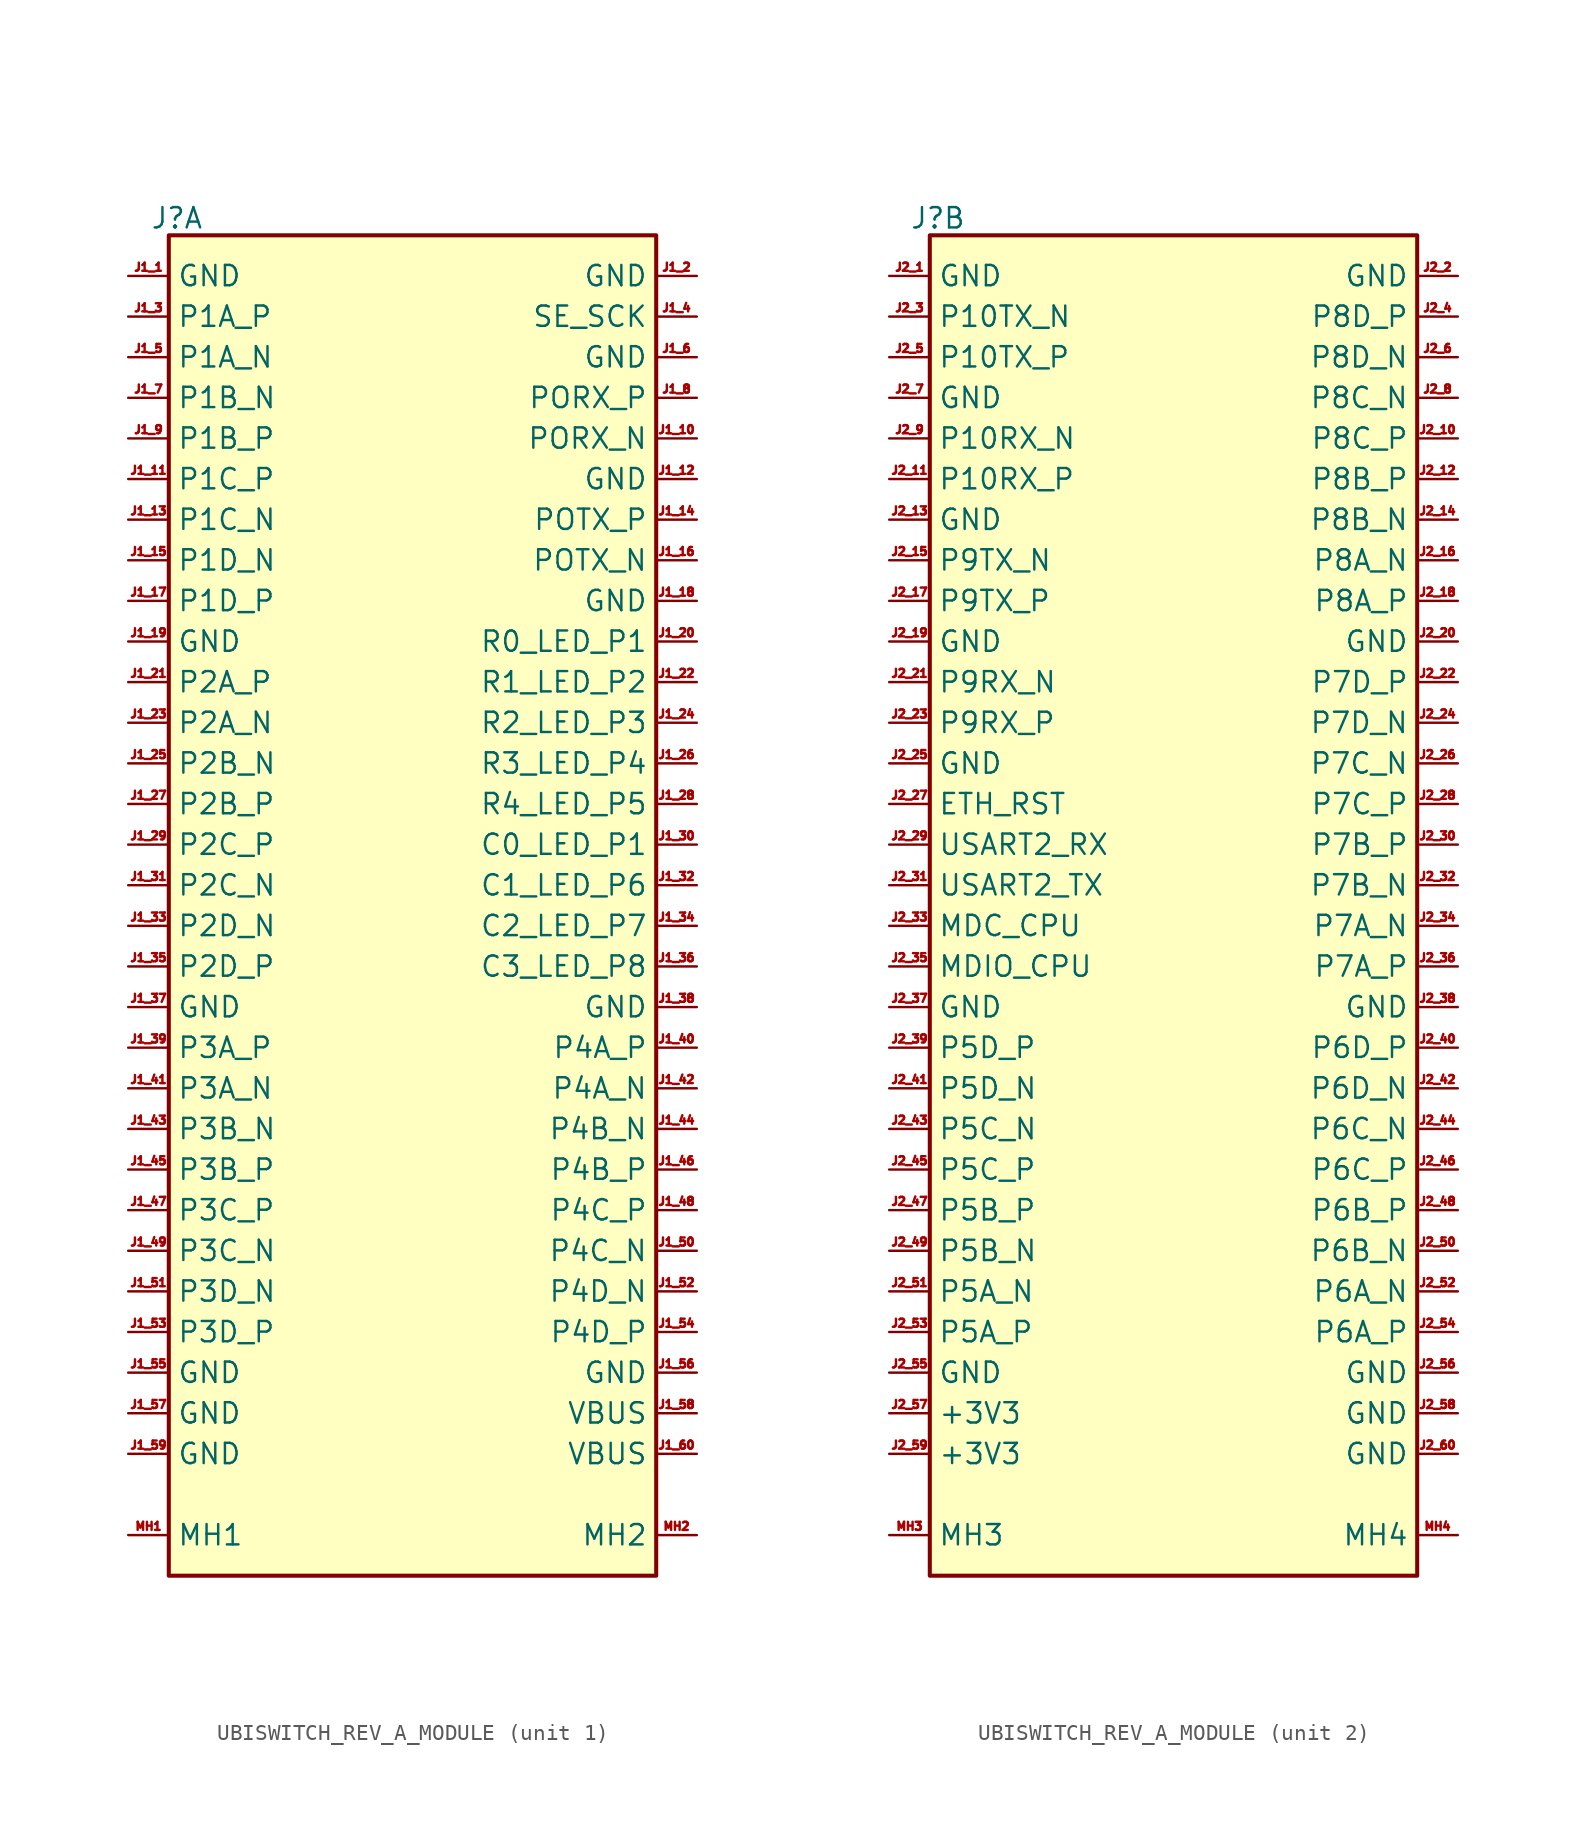
<source format=kicad_sym>
(kicad_symbol_lib
  (version 20220914)
  (generator kicad_symbol_editor)
  (symbol "UBISWITCH_REV_A_MODULE"
    (property "Reference" "J"
      (at 0.509 84.895 0)
      (effects (font (size 1.27 1.27))))
    (property "Value" ""
      (at 0 0 0)
      (effects (font (size 1.27 1.27))))
    (property "ki_locked" ""
      (at 0 0 0)
      (effects (font (size 1.27 1.27))))
    (symbol "UBISWITCH_REV_A_MODULE_0_1"
      (rectangle (start 0 83.82) (end 30.48 0) (stroke (width 0.254) (type default)) (fill (type background))))
    (symbol "UBISWITCH_REV_A_MODULE_1_1"
      (pin power_in line (at -2.54 81.28 0) (length 2.54) (name "GND" (effects (font (size 1.27 1.27)))) (number "J1_1" (effects (font (size 0.508 0.508)))))
      (pin passive line (at 33.02 71.12 180) (length 2.54) (name "PORX_N" (effects (font (size 1.27 1.27)))) (number "J1_10" (effects (font (size 0.508 0.508)))))
      (pin passive line (at -2.54 68.58 0) (length 2.54) (name "P1C_P" (effects (font (size 1.27 1.27)))) (number "J1_11" (effects (font (size 0.508 0.508)))))
      (pin power_in line (at 33.02 68.58 180) (length 2.54) (name "GND" (effects (font (size 1.27 1.27)))) (number "J1_12" (effects (font (size 0.508 0.508)))))
      (pin passive line (at -2.54 66.04 0) (length 2.54) (name "P1C_N" (effects (font (size 1.27 1.27)))) (number "J1_13" (effects (font (size 0.508 0.508)))))
      (pin passive line (at 33.02 66.04 180) (length 2.54) (name "POTX_P" (effects (font (size 1.27 1.27)))) (number "J1_14" (effects (font (size 0.508 0.508)))))
      (pin passive line (at -2.54 63.5 0) (length 2.54) (name "P1D_N" (effects (font (size 1.27 1.27)))) (number "J1_15" (effects (font (size 0.508 0.508)))))
      (pin passive line (at 33.02 63.5 180) (length 2.54) (name "POTX_N" (effects (font (size 1.27 1.27)))) (number "J1_16" (effects (font (size 0.508 0.508)))))
      (pin passive line (at -2.54 60.96 0) (length 2.54) (name "P1D_P" (effects (font (size 1.27 1.27)))) (number "J1_17" (effects (font (size 0.508 0.508)))))
      (pin power_in line (at 33.02 60.96 180) (length 2.54) (name "GND" (effects (font (size 1.27 1.27)))) (number "J1_18" (effects (font (size 0.508 0.508)))))
      (pin power_in line (at -2.54 58.42 0) (length 2.54) (name "GND" (effects (font (size 1.27 1.27)))) (number "J1_19" (effects (font (size 0.508 0.508)))))
      (pin power_in line (at 33.02 81.28 180) (length 2.54) (name "GND" (effects (font (size 1.27 1.27)))) (number "J1_2" (effects (font (size 0.508 0.508)))))
      (pin passive line (at 33.02 58.42 180) (length 2.54) (name "R0_LED_P1" (effects (font (size 1.27 1.27)))) (number "J1_20" (effects (font (size 0.508 0.508)))))
      (pin passive line (at -2.54 55.88 0) (length 2.54) (name "P2A_P" (effects (font (size 1.27 1.27)))) (number "J1_21" (effects (font (size 0.508 0.508)))))
      (pin passive line (at 33.02 55.88 180) (length 2.54) (name "R1_LED_P2" (effects (font (size 1.27 1.27)))) (number "J1_22" (effects (font (size 0.508 0.508)))))
      (pin passive line (at -2.54 53.34 0) (length 2.54) (name "P2A_N" (effects (font (size 1.27 1.27)))) (number "J1_23" (effects (font (size 0.508 0.508)))))
      (pin passive line (at 33.02 53.34 180) (length 2.54) (name "R2_LED_P3" (effects (font (size 1.27 1.27)))) (number "J1_24" (effects (font (size 0.508 0.508)))))
      (pin passive line (at -2.54 50.8 0) (length 2.54) (name "P2B_N" (effects (font (size 1.27 1.27)))) (number "J1_25" (effects (font (size 0.508 0.508)))))
      (pin passive line (at 33.02 50.8 180) (length 2.54) (name "R3_LED_P4" (effects (font (size 1.27 1.27)))) (number "J1_26" (effects (font (size 0.508 0.508)))))
      (pin passive line (at -2.54 48.26 0) (length 2.54) (name "P2B_P" (effects (font (size 1.27 1.27)))) (number "J1_27" (effects (font (size 0.508 0.508)))))
      (pin passive line (at 33.02 48.26 180) (length 2.54) (name "R4_LED_P5" (effects (font (size 1.27 1.27)))) (number "J1_28" (effects (font (size 0.508 0.508)))))
      (pin passive line (at -2.54 45.72 0) (length 2.54) (name "P2C_P" (effects (font (size 1.27 1.27)))) (number "J1_29" (effects (font (size 0.508 0.508)))))
      (pin passive line (at -2.54 78.74 0) (length 2.54) (name "P1A_P" (effects (font (size 1.27 1.27)))) (number "J1_3" (effects (font (size 0.508 0.508)))))
      (pin passive line (at 33.02 45.72 180) (length 2.54) (name "C0_LED_P1" (effects (font (size 1.27 1.27)))) (number "J1_30" (effects (font (size 0.508 0.508)))))
      (pin passive line (at -2.54 43.18 0) (length 2.54) (name "P2C_N" (effects (font (size 1.27 1.27)))) (number "J1_31" (effects (font (size 0.508 0.508)))))
      (pin passive line (at 33.02 43.18 180) (length 2.54) (name "C1_LED_P6" (effects (font (size 1.27 1.27)))) (number "J1_32" (effects (font (size 0.508 0.508)))))
      (pin passive line (at -2.54 40.64 0) (length 2.54) (name "P2D_N" (effects (font (size 1.27 1.27)))) (number "J1_33" (effects (font (size 0.508 0.508)))))
      (pin passive line (at 33.02 40.64 180) (length 2.54) (name "C2_LED_P7" (effects (font (size 1.27 1.27)))) (number "J1_34" (effects (font (size 0.508 0.508)))))
      (pin passive line (at -2.54 38.1 0) (length 2.54) (name "P2D_P" (effects (font (size 1.27 1.27)))) (number "J1_35" (effects (font (size 0.508 0.508)))))
      (pin passive line (at 33.02 38.1 180) (length 2.54) (name "C3_LED_P8" (effects (font (size 1.27 1.27)))) (number "J1_36" (effects (font (size 0.508 0.508)))))
      (pin power_in line (at -2.54 35.56 0) (length 2.54) (name "GND" (effects (font (size 1.27 1.27)))) (number "J1_37" (effects (font (size 0.508 0.508)))))
      (pin power_in line (at 33.02 35.56 180) (length 2.54) (name "GND" (effects (font (size 1.27 1.27)))) (number "J1_38" (effects (font (size 0.508 0.508)))))
      (pin passive line (at -2.54 33.02 0) (length 2.54) (name "P3A_P" (effects (font (size 1.27 1.27)))) (number "J1_39" (effects (font (size 0.508 0.508)))))
      (pin passive line (at 33.02 78.74 180) (length 2.54) (name "SE_SCK" (effects (font (size 1.27 1.27)))) (number "J1_4" (effects (font (size 0.508 0.508)))))
      (pin passive line (at 33.02 33.02 180) (length 2.54) (name "P4A_P" (effects (font (size 1.27 1.27)))) (number "J1_40" (effects (font (size 0.508 0.508)))))
      (pin passive line (at -2.54 30.48 0) (length 2.54) (name "P3A_N" (effects (font (size 1.27 1.27)))) (number "J1_41" (effects (font (size 0.508 0.508)))))
      (pin passive line (at 33.02 30.48 180) (length 2.54) (name "P4A_N" (effects (font (size 1.27 1.27)))) (number "J1_42" (effects (font (size 0.508 0.508)))))
      (pin passive line (at -2.54 27.94 0) (length 2.54) (name "P3B_N" (effects (font (size 1.27 1.27)))) (number "J1_43" (effects (font (size 0.508 0.508)))))
      (pin passive line (at 33.02 27.94 180) (length 2.54) (name "P4B_N" (effects (font (size 1.27 1.27)))) (number "J1_44" (effects (font (size 0.508 0.508)))))
      (pin passive line (at -2.54 25.4 0) (length 2.54) (name "P3B_P" (effects (font (size 1.27 1.27)))) (number "J1_45" (effects (font (size 0.508 0.508)))))
      (pin passive line (at 33.02 25.4 180) (length 2.54) (name "P4B_P" (effects (font (size 1.27 1.27)))) (number "J1_46" (effects (font (size 0.508 0.508)))))
      (pin passive line (at -2.54 22.86 0) (length 2.54) (name "P3C_P" (effects (font (size 1.27 1.27)))) (number "J1_47" (effects (font (size 0.508 0.508)))))
      (pin passive line (at 33.02 22.86 180) (length 2.54) (name "P4C_P" (effects (font (size 1.27 1.27)))) (number "J1_48" (effects (font (size 0.508 0.508)))))
      (pin passive line (at -2.54 20.32 0) (length 2.54) (name "P3C_N" (effects (font (size 1.27 1.27)))) (number "J1_49" (effects (font (size 0.508 0.508)))))
      (pin passive line (at -2.54 76.2 0) (length 2.54) (name "P1A_N" (effects (font (size 1.27 1.27)))) (number "J1_5" (effects (font (size 0.508 0.508)))))
      (pin passive line (at 33.02 20.32 180) (length 2.54) (name "P4C_N" (effects (font (size 1.27 1.27)))) (number "J1_50" (effects (font (size 0.508 0.508)))))
      (pin passive line (at -2.54 17.78 0) (length 2.54) (name "P3D_N" (effects (font (size 1.27 1.27)))) (number "J1_51" (effects (font (size 0.508 0.508)))))
      (pin passive line (at 33.02 17.78 180) (length 2.54) (name "P4D_N" (effects (font (size 1.27 1.27)))) (number "J1_52" (effects (font (size 0.508 0.508)))))
      (pin passive line (at -2.54 15.24 0) (length 2.54) (name "P3D_P" (effects (font (size 1.27 1.27)))) (number "J1_53" (effects (font (size 0.508 0.508)))))
      (pin passive line (at 33.02 15.24 180) (length 2.54) (name "P4D_P" (effects (font (size 1.27 1.27)))) (number "J1_54" (effects (font (size 0.508 0.508)))))
      (pin power_in line (at -2.54 12.7 0) (length 2.54) (name "GND" (effects (font (size 1.27 1.27)))) (number "J1_55" (effects (font (size 0.508 0.508)))))
      (pin power_in line (at 33.02 12.7 180) (length 2.54) (name "GND" (effects (font (size 1.27 1.27)))) (number "J1_56" (effects (font (size 0.508 0.508)))))
      (pin power_in line (at -2.54 10.16 0) (length 2.54) (name "GND" (effects (font (size 1.27 1.27)))) (number "J1_57" (effects (font (size 0.508 0.508)))))
      (pin power_in line (at 33.02 10.16 180) (length 2.54) (name "VBUS" (effects (font (size 1.27 1.27)))) (number "J1_58" (effects (font (size 0.508 0.508)))))
      (pin power_in line (at -2.54 7.62 0) (length 2.54) (name "GND" (effects (font (size 1.27 1.27)))) (number "J1_59" (effects (font (size 0.508 0.508)))))
      (pin power_in line (at 33.02 76.2 180) (length 2.54) (name "GND" (effects (font (size 1.27 1.27)))) (number "J1_6" (effects (font (size 0.508 0.508)))))
      (pin power_in line (at 33.02 7.62 180) (length 2.54) (name "VBUS" (effects (font (size 1.27 1.27)))) (number "J1_60" (effects (font (size 0.508 0.508)))))
      (pin passive line (at -2.54 73.66 0) (length 2.54) (name "P1B_N" (effects (font (size 1.27 1.27)))) (number "J1_7" (effects (font (size 0.508 0.508)))))
      (pin passive line (at 33.02 73.66 180) (length 2.54) (name "PORX_P" (effects (font (size 1.27 1.27)))) (number "J1_8" (effects (font (size 0.508 0.508)))))
      (pin passive line (at -2.54 71.12 0) (length 2.54) (name "P1B_P" (effects (font (size 1.27 1.27)))) (number "J1_9" (effects (font (size 0.508 0.508)))))
      (pin input line (at -2.54 2.54 0) (length 2.54) (name "MH1" (effects (font (size 1.27 1.27)))) (number "MH1" (effects (font (size 0.508 0.508)))))
      (pin input line (at 33.02 2.54 180) (length 2.54) (name "MH2" (effects (font (size 1.27 1.27)))) (number "MH2" (effects (font (size 0.508 0.508))))))
    (symbol "UBISWITCH_REV_A_MODULE_2_1"
      (pin power_in line (at -2.54 81.28 0) (length 2.54) (name "GND" (effects (font (size 1.27 1.27)))) (number "J2_1" (effects (font (size 0.508 0.508)))))
      (pin passive line (at 33.02 71.12 180) (length 2.54) (name "P8C_P" (effects (font (size 1.27 1.27)))) (number "J2_10" (effects (font (size 0.508 0.508)))))
      (pin passive line (at -2.54 68.58 0) (length 2.54) (name "P10RX_P" (effects (font (size 1.27 1.27)))) (number "J2_11" (effects (font (size 0.508 0.508)))))
      (pin passive line (at 33.02 68.58 180) (length 2.54) (name "P8B_P" (effects (font (size 1.27 1.27)))) (number "J2_12" (effects (font (size 0.508 0.508)))))
      (pin power_in line (at -2.54 66.04 0) (length 2.54) (name "GND" (effects (font (size 1.27 1.27)))) (number "J2_13" (effects (font (size 0.508 0.508)))))
      (pin passive line (at 33.02 66.04 180) (length 2.54) (name "P8B_N" (effects (font (size 1.27 1.27)))) (number "J2_14" (effects (font (size 0.508 0.508)))))
      (pin passive line (at -2.54 63.5 0) (length 2.54) (name "P9TX_N" (effects (font (size 1.27 1.27)))) (number "J2_15" (effects (font (size 0.508 0.508)))))
      (pin passive line (at 33.02 63.5 180) (length 2.54) (name "P8A_N" (effects (font (size 1.27 1.27)))) (number "J2_16" (effects (font (size 0.508 0.508)))))
      (pin passive line (at -2.54 60.96 0) (length 2.54) (name "P9TX_P" (effects (font (size 1.27 1.27)))) (number "J2_17" (effects (font (size 0.508 0.508)))))
      (pin passive line (at 33.02 60.96 180) (length 2.54) (name "P8A_P" (effects (font (size 1.27 1.27)))) (number "J2_18" (effects (font (size 0.508 0.508)))))
      (pin power_in line (at -2.54 58.42 0) (length 2.54) (name "GND" (effects (font (size 1.27 1.27)))) (number "J2_19" (effects (font (size 0.508 0.508)))))
      (pin power_in line (at 33.02 81.28 180) (length 2.54) (name "GND" (effects (font (size 1.27 1.27)))) (number "J2_2" (effects (font (size 0.508 0.508)))))
      (pin power_in line (at 33.02 58.42 180) (length 2.54) (name "GND" (effects (font (size 1.27 1.27)))) (number "J2_20" (effects (font (size 0.508 0.508)))))
      (pin passive line (at -2.54 55.88 0) (length 2.54) (name "P9RX_N" (effects (font (size 1.27 1.27)))) (number "J2_21" (effects (font (size 0.508 0.508)))))
      (pin passive line (at 33.02 55.88 180) (length 2.54) (name "P7D_P" (effects (font (size 1.27 1.27)))) (number "J2_22" (effects (font (size 0.508 0.508)))))
      (pin passive line (at -2.54 53.34 0) (length 2.54) (name "P9RX_P" (effects (font (size 1.27 1.27)))) (number "J2_23" (effects (font (size 0.508 0.508)))))
      (pin passive line (at 33.02 53.34 180) (length 2.54) (name "P7D_N" (effects (font (size 1.27 1.27)))) (number "J2_24" (effects (font (size 0.508 0.508)))))
      (pin power_in line (at -2.54 50.8 0) (length 2.54) (name "GND" (effects (font (size 1.27 1.27)))) (number "J2_25" (effects (font (size 0.508 0.508)))))
      (pin passive line (at 33.02 50.8 180) (length 2.54) (name "P7C_N" (effects (font (size 1.27 1.27)))) (number "J2_26" (effects (font (size 0.508 0.508)))))
      (pin passive line (at -2.54 48.26 0) (length 2.54) (name "ETH_RST" (effects (font (size 1.27 1.27)))) (number "J2_27" (effects (font (size 0.508 0.508)))))
      (pin passive line (at 33.02 48.26 180) (length 2.54) (name "P7C_P" (effects (font (size 1.27 1.27)))) (number "J2_28" (effects (font (size 0.508 0.508)))))
      (pin passive line (at -2.54 45.72 0) (length 2.54) (name "USART2_RX" (effects (font (size 1.27 1.27)))) (number "J2_29" (effects (font (size 0.508 0.508)))))
      (pin passive line (at -2.54 78.74 0) (length 2.54) (name "P10TX_N" (effects (font (size 1.27 1.27)))) (number "J2_3" (effects (font (size 0.508 0.508)))))
      (pin passive line (at 33.02 45.72 180) (length 2.54) (name "P7B_P" (effects (font (size 1.27 1.27)))) (number "J2_30" (effects (font (size 0.508 0.508)))))
      (pin passive line (at -2.54 43.18 0) (length 2.54) (name "USART2_TX" (effects (font (size 1.27 1.27)))) (number "J2_31" (effects (font (size 0.508 0.508)))))
      (pin passive line (at 33.02 43.18 180) (length 2.54) (name "P7B_N" (effects (font (size 1.27 1.27)))) (number "J2_32" (effects (font (size 0.508 0.508)))))
      (pin passive line (at -2.54 40.64 0) (length 2.54) (name "MDC_CPU" (effects (font (size 1.27 1.27)))) (number "J2_33" (effects (font (size 0.508 0.508)))))
      (pin passive line (at 33.02 40.64 180) (length 2.54) (name "P7A_N" (effects (font (size 1.27 1.27)))) (number "J2_34" (effects (font (size 0.508 0.508)))))
      (pin passive line (at -2.54 38.1 0) (length 2.54) (name "MDIO_CPU" (effects (font (size 1.27 1.27)))) (number "J2_35" (effects (font (size 0.508 0.508)))))
      (pin passive line (at 33.02 38.1 180) (length 2.54) (name "P7A_P" (effects (font (size 1.27 1.27)))) (number "J2_36" (effects (font (size 0.508 0.508)))))
      (pin power_in line (at -2.54 35.56 0) (length 2.54) (name "GND" (effects (font (size 1.27 1.27)))) (number "J2_37" (effects (font (size 0.508 0.508)))))
      (pin power_in line (at 33.02 35.56 180) (length 2.54) (name "GND" (effects (font (size 1.27 1.27)))) (number "J2_38" (effects (font (size 0.508 0.508)))))
      (pin passive line (at -2.54 33.02 0) (length 2.54) (name "P5D_P" (effects (font (size 1.27 1.27)))) (number "J2_39" (effects (font (size 0.508 0.508)))))
      (pin passive line (at 33.02 78.74 180) (length 2.54) (name "P8D_P" (effects (font (size 1.27 1.27)))) (number "J2_4" (effects (font (size 0.508 0.508)))))
      (pin passive line (at 33.02 33.02 180) (length 2.54) (name "P6D_P" (effects (font (size 1.27 1.27)))) (number "J2_40" (effects (font (size 0.508 0.508)))))
      (pin passive line (at -2.54 30.48 0) (length 2.54) (name "P5D_N" (effects (font (size 1.27 1.27)))) (number "J2_41" (effects (font (size 0.508 0.508)))))
      (pin passive line (at 33.02 30.48 180) (length 2.54) (name "P6D_N" (effects (font (size 1.27 1.27)))) (number "J2_42" (effects (font (size 0.508 0.508)))))
      (pin passive line (at -2.54 27.94 0) (length 2.54) (name "P5C_N" (effects (font (size 1.27 1.27)))) (number "J2_43" (effects (font (size 0.508 0.508)))))
      (pin passive line (at 33.02 27.94 180) (length 2.54) (name "P6C_N" (effects (font (size 1.27 1.27)))) (number "J2_44" (effects (font (size 0.508 0.508)))))
      (pin passive line (at -2.54 25.4 0) (length 2.54) (name "P5C_P" (effects (font (size 1.27 1.27)))) (number "J2_45" (effects (font (size 0.508 0.508)))))
      (pin passive line (at 33.02 25.4 180) (length 2.54) (name "P6C_P" (effects (font (size 1.27 1.27)))) (number "J2_46" (effects (font (size 0.508 0.508)))))
      (pin passive line (at -2.54 22.86 0) (length 2.54) (name "P5B_P" (effects (font (size 1.27 1.27)))) (number "J2_47" (effects (font (size 0.508 0.508)))))
      (pin passive line (at 33.02 22.86 180) (length 2.54) (name "P6B_P" (effects (font (size 1.27 1.27)))) (number "J2_48" (effects (font (size 0.508 0.508)))))
      (pin passive line (at -2.54 20.32 0) (length 2.54) (name "P5B_N" (effects (font (size 1.27 1.27)))) (number "J2_49" (effects (font (size 0.508 0.508)))))
      (pin passive line (at -2.54 76.2 0) (length 2.54) (name "P10TX_P" (effects (font (size 1.27 1.27)))) (number "J2_5" (effects (font (size 0.508 0.508)))))
      (pin passive line (at 33.02 20.32 180) (length 2.54) (name "P6B_N" (effects (font (size 1.27 1.27)))) (number "J2_50" (effects (font (size 0.508 0.508)))))
      (pin passive line (at -2.54 17.78 0) (length 2.54) (name "P5A_N" (effects (font (size 1.27 1.27)))) (number "J2_51" (effects (font (size 0.508 0.508)))))
      (pin passive line (at 33.02 17.78 180) (length 2.54) (name "P6A_N" (effects (font (size 1.27 1.27)))) (number "J2_52" (effects (font (size 0.508 0.508)))))
      (pin passive line (at -2.54 15.24 0) (length 2.54) (name "P5A_P" (effects (font (size 1.27 1.27)))) (number "J2_53" (effects (font (size 0.508 0.508)))))
      (pin passive line (at 33.02 15.24 180) (length 2.54) (name "P6A_P" (effects (font (size 1.27 1.27)))) (number "J2_54" (effects (font (size 0.508 0.508)))))
      (pin power_in line (at -2.54 12.7 0) (length 2.54) (name "GND" (effects (font (size 1.27 1.27)))) (number "J2_55" (effects (font (size 0.508 0.508)))))
      (pin power_in line (at 33.02 12.7 180) (length 2.54) (name "GND" (effects (font (size 1.27 1.27)))) (number "J2_56" (effects (font (size 0.508 0.508)))))
      (pin power_in line (at -2.54 10.16 0) (length 2.54) (name "+3V3" (effects (font (size 1.27 1.27)))) (number "J2_57" (effects (font (size 0.508 0.508)))))
      (pin power_in line (at 33.02 10.16 180) (length 2.54) (name "GND" (effects (font (size 1.27 1.27)))) (number "J2_58" (effects (font (size 0.508 0.508)))))
      (pin power_in line (at -2.54 7.62 0) (length 2.54) (name "+3V3" (effects (font (size 1.27 1.27)))) (number "J2_59" (effects (font (size 0.508 0.508)))))
      (pin passive line (at 33.02 76.2 180) (length 2.54) (name "P8D_N" (effects (font (size 1.27 1.27)))) (number "J2_6" (effects (font (size 0.508 0.508)))))
      (pin power_in line (at 33.02 7.62 180) (length 2.54) (name "GND" (effects (font (size 1.27 1.27)))) (number "J2_60" (effects (font (size 0.508 0.508)))))
      (pin power_in line (at -2.54 73.66 0) (length 2.54) (name "GND" (effects (font (size 1.27 1.27)))) (number "J2_7" (effects (font (size 0.508 0.508)))))
      (pin passive line (at 33.02 73.66 180) (length 2.54) (name "P8C_N" (effects (font (size 1.27 1.27)))) (number "J2_8" (effects (font (size 0.508 0.508)))))
      (pin passive line (at -2.54 71.12 0) (length 2.54) (name "P10RX_N" (effects (font (size 1.27 1.27)))) (number "J2_9" (effects (font (size 0.508 0.508)))))
      (pin passive line (at -2.54 2.54 0) (length 2.54) (name "MH3" (effects (font (size 1.27 1.27)))) (number "MH3" (effects (font (size 0.508 0.508)))))
      (pin passive line (at 33.02 2.54 180) (length 2.54) (name "MH4" (effects (font (size 1.27 1.27)))) (number "MH4" (effects (font (size 0.508 0.508))))))))
</source>
